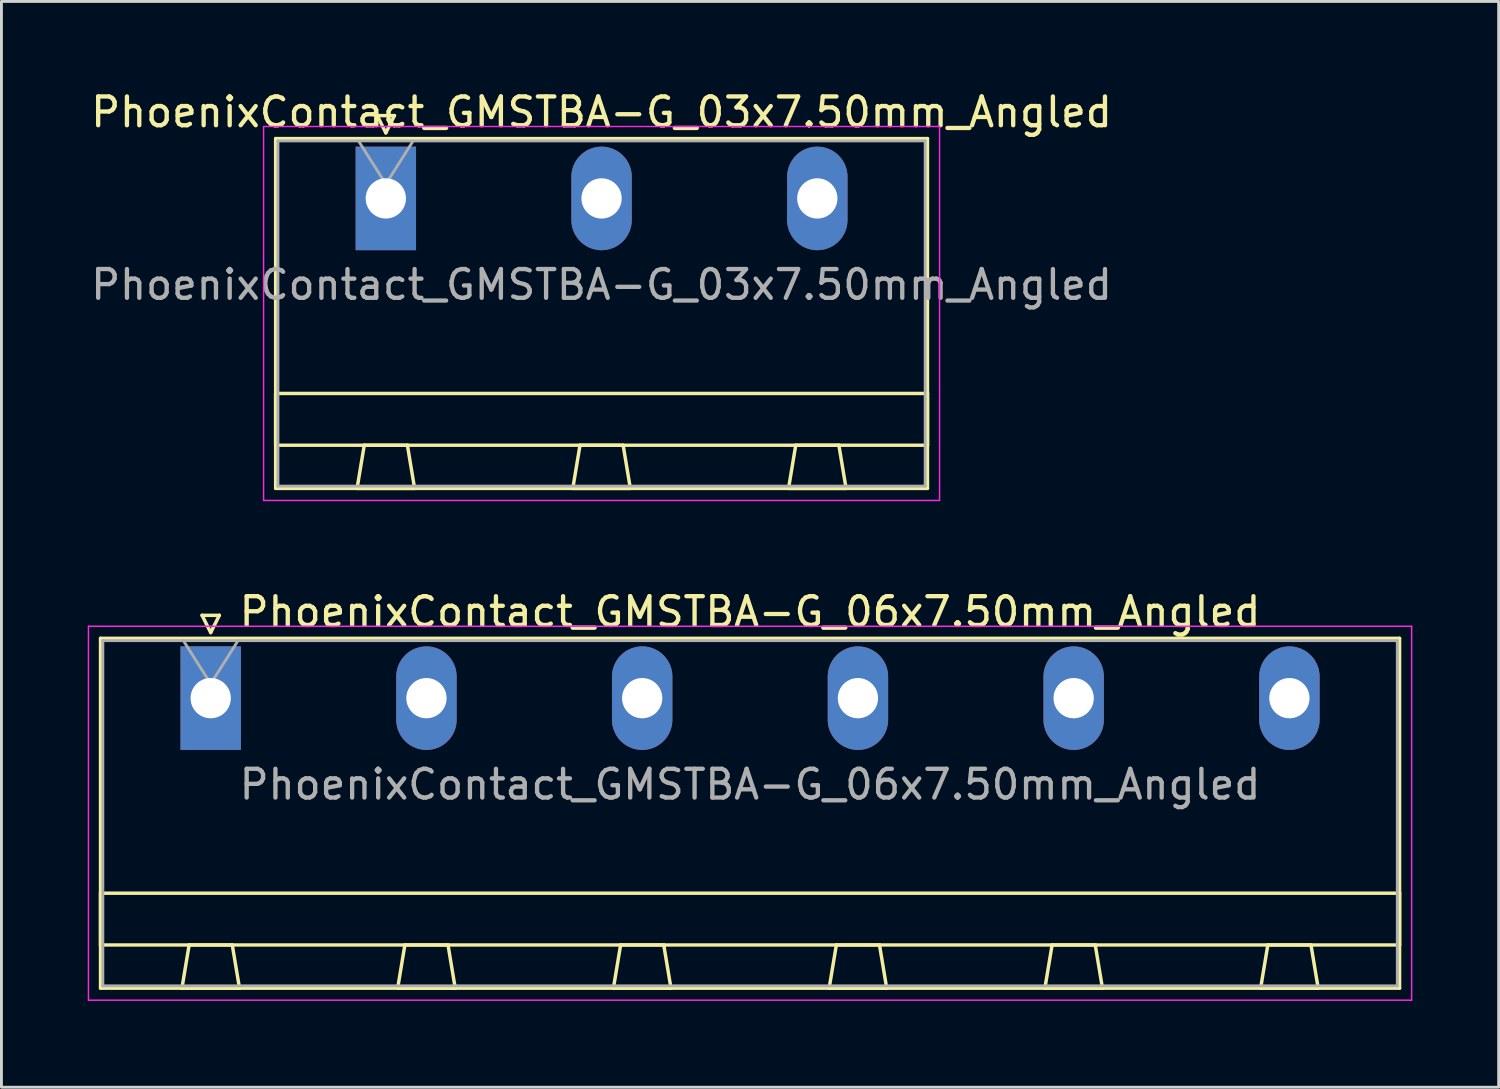
<source format=kicad_pcb>
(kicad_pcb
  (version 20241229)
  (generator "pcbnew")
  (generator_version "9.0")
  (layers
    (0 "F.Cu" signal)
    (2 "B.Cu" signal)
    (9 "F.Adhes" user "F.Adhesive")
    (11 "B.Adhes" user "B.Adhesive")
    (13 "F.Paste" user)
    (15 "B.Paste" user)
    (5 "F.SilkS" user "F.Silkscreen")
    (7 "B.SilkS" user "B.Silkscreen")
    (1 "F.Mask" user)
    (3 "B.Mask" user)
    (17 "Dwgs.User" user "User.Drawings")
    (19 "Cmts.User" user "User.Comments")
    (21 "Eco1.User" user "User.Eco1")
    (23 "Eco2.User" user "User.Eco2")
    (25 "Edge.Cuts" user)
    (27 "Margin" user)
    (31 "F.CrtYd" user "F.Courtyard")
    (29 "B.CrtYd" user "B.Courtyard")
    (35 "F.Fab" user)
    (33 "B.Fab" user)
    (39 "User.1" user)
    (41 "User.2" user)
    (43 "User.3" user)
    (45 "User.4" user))
  (footprint "PhoenixContact_GMSTBA-G_03x7.50mm_Angled"
    (layer "F.Cu")
    (at 10.363 3.848)
    (property "Reference" "PhoenixContact_GMSTBA-G_03x7.50mm_Angled" (at 7.5 -3 0) (layer "F.SilkS") (effects (font (size 1 1) (thickness 0.15))))
    (attr through_hole)
    (fp_line (start -3.83 -2.08) (end -3.83 10.08) (stroke (width 0.12) (type solid)) (layer "F.SilkS"))
    (fp_line (start -3.83 6.78) (end 18.83 6.78) (stroke (width 0.12) (type solid)) (layer "F.SilkS"))
    (fp_line (start -3.83 8.58) (end -3.83 6.78) (stroke (width 0.12) (type solid)) (layer "F.SilkS"))
    (fp_line (start -3.83 10.08) (end 18.83 10.08) (stroke (width 0.12) (type solid)) (layer "F.SilkS"))
    (fp_line (start -1 10.08) (end 1 10.08) (stroke (width 0.12) (type solid)) (layer "F.SilkS"))
    (fp_line (start -0.75 8.58) (end -1 10.08) (stroke (width 0.12) (type solid)) (layer "F.SilkS"))
    (fp_line (start -0.3 -2.88) (end 0.3 -2.88) (stroke (width 0.12) (type solid)) (layer "F.SilkS"))
    (fp_line (start 0 -2.28) (end -0.3 -2.88) (stroke (width 0.12) (type solid)) (layer "F.SilkS"))
    (fp_line (start 0.3 -2.88) (end 0 -2.28) (stroke (width 0.12) (type solid)) (layer "F.SilkS"))
    (fp_line (start 0.75 8.58) (end -0.75 8.58) (stroke (width 0.12) (type solid)) (layer "F.SilkS"))
    (fp_line (start 1 10.08) (end 0.75 8.58) (stroke (width 0.12) (type solid)) (layer "F.SilkS"))
    (fp_line (start 6.5 10.08) (end 8.5 10.08) (stroke (width 0.12) (type solid)) (layer "F.SilkS"))
    (fp_line (start 6.75 8.58) (end 6.5 10.08) (stroke (width 0.12) (type solid)) (layer "F.SilkS"))
    (fp_line (start 8.25 8.58) (end 6.75 8.58) (stroke (width 0.12) (type solid)) (layer "F.SilkS"))
    (fp_line (start 8.5 10.08) (end 8.25 8.58) (stroke (width 0.12) (type solid)) (layer "F.SilkS"))
    (fp_line (start 14 10.08) (end 16 10.08) (stroke (width 0.12) (type solid)) (layer "F.SilkS"))
    (fp_line (start 14.25 8.58) (end 14 10.08) (stroke (width 0.12) (type solid)) (layer "F.SilkS"))
    (fp_line (start 15.75 8.58) (end 14.25 8.58) (stroke (width 0.12) (type solid)) (layer "F.SilkS"))
    (fp_line (start 16 10.08) (end 15.75 8.58) (stroke (width 0.12) (type solid)) (layer "F.SilkS"))
    (fp_line (start 18.83 -2.08) (end -3.83 -2.08) (stroke (width 0.12) (type solid)) (layer "F.SilkS"))
    (fp_line (start 18.83 6.78) (end 18.83 8.58) (stroke (width 0.12) (type solid)) (layer "F.SilkS"))
    (fp_line (start 18.83 8.58) (end -3.83 8.58) (stroke (width 0.12) (type solid)) (layer "F.SilkS"))
    (fp_line (start 18.83 10.08) (end 18.83 -2.08) (stroke (width 0.12) (type solid)) (layer "F.SilkS"))
    (fp_line (start -4.25 -2.5) (end -4.25 10.5) (stroke (width 0.05) (type solid)) (layer "F.CrtYd"))
    (fp_line (start -4.25 10.5) (end 19.25 10.5) (stroke (width 0.05) (type solid)) (layer "F.CrtYd"))
    (fp_line (start 19.25 -2.5) (end -4.25 -2.5) (stroke (width 0.05) (type solid)) (layer "F.CrtYd"))
    (fp_line (start 19.25 10.5) (end 19.25 -2.5) (stroke (width 0.05) (type solid)) (layer "F.CrtYd"))
    (fp_line (start -3.75 -2) (end -3.75 10) (stroke (width 0.1) (type solid)) (layer "F.Fab"))
    (fp_line (start -3.75 10) (end 18.75 10) (stroke (width 0.1) (type solid)) (layer "F.Fab"))
    (fp_line (start 0 -0.5) (end -0.95 -2) (stroke (width 0.1) (type solid)) (layer "F.Fab"))
    (fp_line (start 0.95 -2) (end 0 -0.5) (stroke (width 0.1) (type solid)) (layer "F.Fab"))
    (fp_line (start 18.75 -2) (end -3.75 -2) (stroke (width 0.1) (type solid)) (layer "F.Fab"))
    (fp_line (start 18.75 10) (end 18.75 -2) (stroke (width 0.1) (type solid)) (layer "F.Fab"))
    (fp_text user "${REFERENCE}" (at 7.5 3 0) (layer "F.Fab") (effects (font (size 1 1) (thickness 0.15))))
    (pad "1" thru_hole rect (at 0 0) (size 2.1 3.6) (drill 1.4) (layers "*.Cu" "*.Mask"))
    (pad "2" thru_hole oval (at 7.5 0) (size 2.1 3.6) (drill 1.4) (layers "*.Cu" "*.Mask"))
    (pad "3" thru_hole oval (at 15 0) (size 2.1 3.6) (drill 1.4) (layers "*.Cu" "*.Mask")))
  (footprint "PhoenixContact_GMSTBA-G_06x7.50mm_Angled"
    (layer "F.Cu")
    (at 4.275 21.221)
    (property "Reference" "PhoenixContact_GMSTBA-G_06x7.50mm_Angled" (at 18.75 -3 0) (layer "F.SilkS") (effects (font (size 1 1) (thickness 0.15))))
    (attr through_hole)
    (fp_line (start -3.83 -2.08) (end -3.83 10.08) (stroke (width 0.12) (type solid)) (layer "F.SilkS"))
    (fp_line (start -3.83 6.78) (end 41.33 6.78) (stroke (width 0.12) (type solid)) (layer "F.SilkS"))
    (fp_line (start -3.83 8.58) (end -3.83 6.78) (stroke (width 0.12) (type solid)) (layer "F.SilkS"))
    (fp_line (start -3.83 10.08) (end 41.33 10.08) (stroke (width 0.12) (type solid)) (layer "F.SilkS"))
    (fp_line (start -1 10.08) (end 1 10.08) (stroke (width 0.12) (type solid)) (layer "F.SilkS"))
    (fp_line (start -0.75 8.58) (end -1 10.08) (stroke (width 0.12) (type solid)) (layer "F.SilkS"))
    (fp_line (start -0.3 -2.88) (end 0.3 -2.88) (stroke (width 0.12) (type solid)) (layer "F.SilkS"))
    (fp_line (start 0 -2.28) (end -0.3 -2.88) (stroke (width 0.12) (type solid)) (layer "F.SilkS"))
    (fp_line (start 0.3 -2.88) (end 0 -2.28) (stroke (width 0.12) (type solid)) (layer "F.SilkS"))
    (fp_line (start 0.75 8.58) (end -0.75 8.58) (stroke (width 0.12) (type solid)) (layer "F.SilkS"))
    (fp_line (start 1 10.08) (end 0.75 8.58) (stroke (width 0.12) (type solid)) (layer "F.SilkS"))
    (fp_line (start 6.5 10.08) (end 8.5 10.08) (stroke (width 0.12) (type solid)) (layer "F.SilkS"))
    (fp_line (start 6.75 8.58) (end 6.5 10.08) (stroke (width 0.12) (type solid)) (layer "F.SilkS"))
    (fp_line (start 8.25 8.58) (end 6.75 8.58) (stroke (width 0.12) (type solid)) (layer "F.SilkS"))
    (fp_line (start 8.5 10.08) (end 8.25 8.58) (stroke (width 0.12) (type solid)) (layer "F.SilkS"))
    (fp_line (start 14 10.08) (end 16 10.08) (stroke (width 0.12) (type solid)) (layer "F.SilkS"))
    (fp_line (start 14.25 8.58) (end 14 10.08) (stroke (width 0.12) (type solid)) (layer "F.SilkS"))
    (fp_line (start 15.75 8.58) (end 14.25 8.58) (stroke (width 0.12) (type solid)) (layer "F.SilkS"))
    (fp_line (start 16 10.08) (end 15.75 8.58) (stroke (width 0.12) (type solid)) (layer "F.SilkS"))
    (fp_line (start 21.5 10.08) (end 23.5 10.08) (stroke (width 0.12) (type solid)) (layer "F.SilkS"))
    (fp_line (start 21.75 8.58) (end 21.5 10.08) (stroke (width 0.12) (type solid)) (layer "F.SilkS"))
    (fp_line (start 23.25 8.58) (end 21.75 8.58) (stroke (width 0.12) (type solid)) (layer "F.SilkS"))
    (fp_line (start 23.5 10.08) (end 23.25 8.58) (stroke (width 0.12) (type solid)) (layer "F.SilkS"))
    (fp_line (start 29 10.08) (end 31 10.08) (stroke (width 0.12) (type solid)) (layer "F.SilkS"))
    (fp_line (start 29.25 8.58) (end 29 10.08) (stroke (width 0.12) (type solid)) (layer "F.SilkS"))
    (fp_line (start 30.75 8.58) (end 29.25 8.58) (stroke (width 0.12) (type solid)) (layer "F.SilkS"))
    (fp_line (start 31 10.08) (end 30.75 8.58) (stroke (width 0.12) (type solid)) (layer "F.SilkS"))
    (fp_line (start 36.5 10.08) (end 38.5 10.08) (stroke (width 0.12) (type solid)) (layer "F.SilkS"))
    (fp_line (start 36.75 8.58) (end 36.5 10.08) (stroke (width 0.12) (type solid)) (layer "F.SilkS"))
    (fp_line (start 38.25 8.58) (end 36.75 8.58) (stroke (width 0.12) (type solid)) (layer "F.SilkS"))
    (fp_line (start 38.5 10.08) (end 38.25 8.58) (stroke (width 0.12) (type solid)) (layer "F.SilkS"))
    (fp_line (start 41.33 -2.08) (end -3.83 -2.08) (stroke (width 0.12) (type solid)) (layer "F.SilkS"))
    (fp_line (start 41.33 6.78) (end 41.33 8.58) (stroke (width 0.12) (type solid)) (layer "F.SilkS"))
    (fp_line (start 41.33 8.58) (end -3.83 8.58) (stroke (width 0.12) (type solid)) (layer "F.SilkS"))
    (fp_line (start 41.33 10.08) (end 41.33 -2.08) (stroke (width 0.12) (type solid)) (layer "F.SilkS"))
    (fp_line (start -4.25 -2.5) (end -4.25 10.5) (stroke (width 0.05) (type solid)) (layer "F.CrtYd"))
    (fp_line (start -4.25 10.5) (end 41.75 10.5) (stroke (width 0.05) (type solid)) (layer "F.CrtYd"))
    (fp_line (start 41.75 -2.5) (end -4.25 -2.5) (stroke (width 0.05) (type solid)) (layer "F.CrtYd"))
    (fp_line (start 41.75 10.5) (end 41.75 -2.5) (stroke (width 0.05) (type solid)) (layer "F.CrtYd"))
    (fp_line (start -3.75 -2) (end -3.75 10) (stroke (width 0.1) (type solid)) (layer "F.Fab"))
    (fp_line (start -3.75 10) (end 41.25 10) (stroke (width 0.1) (type solid)) (layer "F.Fab"))
    (fp_line (start 0 -0.5) (end -0.95 -2) (stroke (width 0.1) (type solid)) (layer "F.Fab"))
    (fp_line (start 0.95 -2) (end 0 -0.5) (stroke (width 0.1) (type solid)) (layer "F.Fab"))
    (fp_line (start 41.25 -2) (end -3.75 -2) (stroke (width 0.1) (type solid)) (layer "F.Fab"))
    (fp_line (start 41.25 10) (end 41.25 -2) (stroke (width 0.1) (type solid)) (layer "F.Fab"))
    (fp_text user "${REFERENCE}" (at 18.75 3 0) (layer "F.Fab") (effects (font (size 1 1) (thickness 0.15))))
    (pad "1" thru_hole rect (at 0 0) (size 2.1 3.6) (drill 1.4) (layers "*.Cu" "*.Mask"))
    (pad "2" thru_hole oval (at 7.5 0) (size 2.1 3.6) (drill 1.4) (layers "*.Cu" "*.Mask"))
    (pad "3" thru_hole oval (at 15 0) (size 2.1 3.6) (drill 1.4) (layers "*.Cu" "*.Mask"))
    (pad "4" thru_hole oval (at 22.5 0) (size 2.1 3.6) (drill 1.4) (layers "*.Cu" "*.Mask"))
    (pad "5" thru_hole oval (at 30 0) (size 2.1 3.6) (drill 1.4) (layers "*.Cu" "*.Mask"))
    (pad "6" thru_hole oval (at 37.5 0) (size 2.1 3.6) (drill 1.4) (layers "*.Cu" "*.Mask")))
  (gr_rect
    (start -3 -3)
    (end 49.05 34.746)
    (stroke (width 0.1) (type default))
    (fill no)
    (layer "Edge.Cuts")))
</source>
